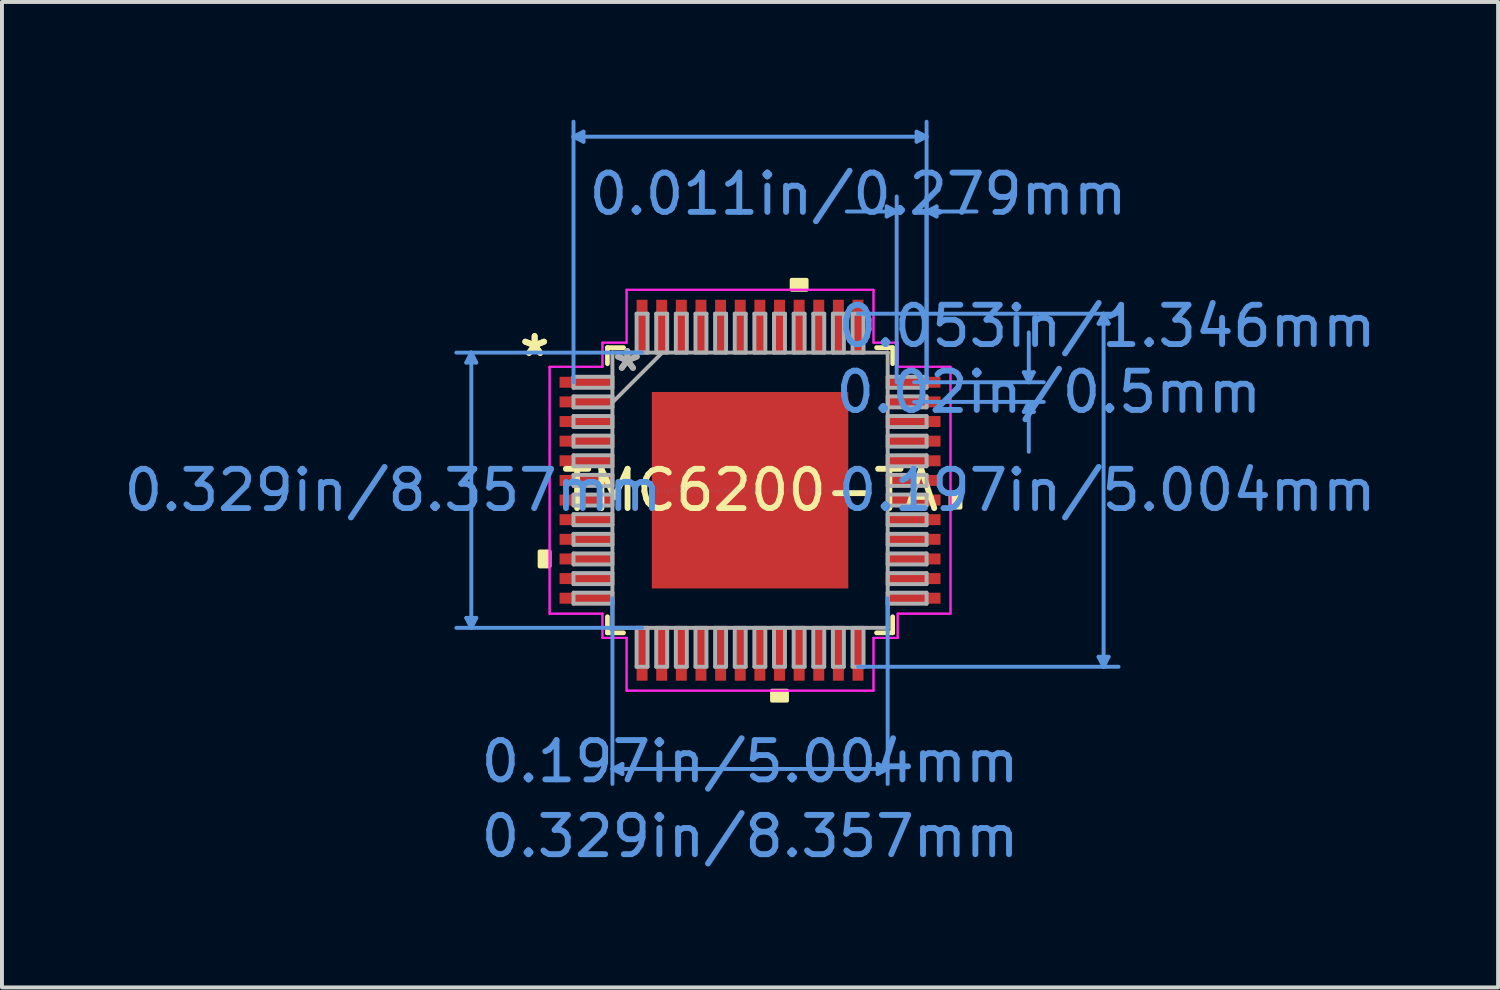
<source format=kicad_pcb>
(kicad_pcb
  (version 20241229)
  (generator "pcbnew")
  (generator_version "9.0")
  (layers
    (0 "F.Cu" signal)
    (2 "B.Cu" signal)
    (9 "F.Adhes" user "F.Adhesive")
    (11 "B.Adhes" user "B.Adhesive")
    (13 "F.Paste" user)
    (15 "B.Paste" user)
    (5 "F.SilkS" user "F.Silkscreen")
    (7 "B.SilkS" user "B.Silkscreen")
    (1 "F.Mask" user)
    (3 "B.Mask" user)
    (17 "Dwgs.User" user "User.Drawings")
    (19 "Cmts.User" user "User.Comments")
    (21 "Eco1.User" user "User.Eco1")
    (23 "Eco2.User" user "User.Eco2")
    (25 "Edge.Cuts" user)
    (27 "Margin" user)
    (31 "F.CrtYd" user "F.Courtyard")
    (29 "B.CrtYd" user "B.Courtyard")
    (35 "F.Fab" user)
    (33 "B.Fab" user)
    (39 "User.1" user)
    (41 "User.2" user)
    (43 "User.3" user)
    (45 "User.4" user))
  (footprint "TMC6200-TA"
    (layer "F.Cu")
    (at 16.052 9.435)
    (property "Reference" "TMC6200-TA" (at 0 0 0) (layer "F.SilkS") (effects (font (size 1 1) (thickness 0.15))))
    (attr through_hole)
    (fp_line (start -3.632 -3.632) (end -3.632 -3.222) (stroke (width 0.12) (type solid)) (layer "F.SilkS"))
    (fp_line (start -3.632 3.222) (end -3.632 3.632) (stroke (width 0.12) (type solid)) (layer "F.SilkS"))
    (fp_line (start -3.632 3.632) (end -3.222 3.632) (stroke (width 0.12) (type solid)) (layer "F.SilkS"))
    (fp_line (start -3.222 -3.632) (end -3.632 -3.632) (stroke (width 0.12) (type solid)) (layer "F.SilkS"))
    (fp_line (start 3.222 3.632) (end 3.632 3.632) (stroke (width 0.12) (type solid)) (layer "F.SilkS"))
    (fp_line (start 3.632 -3.632) (end 3.222 -3.632) (stroke (width 0.12) (type solid)) (layer "F.SilkS"))
    (fp_line (start 3.632 -3.222) (end 3.632 -3.632) (stroke (width 0.12) (type solid)) (layer "F.SilkS"))
    (fp_line (start 3.632 3.632) (end 3.632 3.222) (stroke (width 0.12) (type solid)) (layer "F.SilkS"))
    (fp_poly (pts (xy -5.359 1.559) (xy -5.359 1.94) (xy -5.105 1.94) (xy -5.105 1.559)) (stroke (width 0.1) (type solid)) (fill yes) (layer "F.SilkS"))
    (fp_poly (pts (xy 0.56 5.105) (xy 0.56 5.359) (xy 0.941 5.359) (xy 0.941 5.105)) (stroke (width 0.1) (type solid)) (fill yes) (layer "F.SilkS"))
    (fp_poly (pts (xy 1.06 -5.105) (xy 1.06 -5.359) (xy 1.44 -5.359) (xy 1.44 -5.105)) (stroke (width 0.1) (type solid)) (fill yes) (layer "F.SilkS"))
    (fp_poly (pts (xy 5.359 0.059) (xy 5.359 0.441) (xy 5.105 0.441) (xy 5.105 0.059)) (stroke (width 0.1) (type solid)) (fill yes) (layer "F.SilkS"))
    (fp_poly (pts (xy -2.402 -2.402) (xy -2.402 -0.934) (xy -0.934 -0.934) (xy -0.934 -2.402)) (stroke (width 0.1) (type solid)) (fill yes) (layer "F.Paste"))
    (fp_poly (pts (xy -2.402 -0.734) (xy -2.402 0.734) (xy -0.934 0.734) (xy -0.934 -0.734)) (stroke (width 0.1) (type solid)) (fill yes) (layer "F.Paste"))
    (fp_poly (pts (xy -2.402 0.934) (xy -2.402 2.402) (xy -0.934 2.402) (xy -0.934 0.934)) (stroke (width 0.1) (type solid)) (fill yes) (layer "F.Paste"))
    (fp_poly (pts (xy -0.734 -2.402) (xy -0.734 -0.934) (xy 0.734 -0.934) (xy 0.734 -2.402)) (stroke (width 0.1) (type solid)) (fill yes) (layer "F.Paste"))
    (fp_poly (pts (xy -0.734 -0.734) (xy -0.734 0.734) (xy 0.734 0.734) (xy 0.734 -0.734)) (stroke (width 0.1) (type solid)) (fill yes) (layer "F.Paste"))
    (fp_poly (pts (xy -0.734 0.934) (xy -0.734 2.402) (xy 0.734 2.402) (xy 0.734 0.934)) (stroke (width 0.1) (type solid)) (fill yes) (layer "F.Paste"))
    (fp_poly (pts (xy 0.934 -2.402) (xy 0.934 -0.934) (xy 2.402 -0.934) (xy 2.402 -2.402)) (stroke (width 0.1) (type solid)) (fill yes) (layer "F.Paste"))
    (fp_poly (pts (xy 0.934 -0.734) (xy 0.934 0.734) (xy 2.402 0.734) (xy 2.402 -0.734)) (stroke (width 0.1) (type solid)) (fill yes) (layer "F.Paste"))
    (fp_poly (pts (xy 0.934 0.934) (xy 0.934 2.402) (xy 2.402 2.402) (xy 2.402 0.934)) (stroke (width 0.1) (type solid)) (fill yes) (layer "F.Paste"))
    (fp_line (start -7.226 -3.251) (end -6.972 -3.251) (stroke (width 0.1) (type solid)) (layer "Cmts.User"))
    (fp_line (start -7.226 3.251) (end -6.972 3.251) (stroke (width 0.1) (type solid)) (layer "Cmts.User"))
    (fp_line (start -7.099 -3.505) (end -7.226 -3.251) (stroke (width 0.1) (type solid)) (layer "Cmts.User"))
    (fp_line (start -7.099 -3.505) (end -7.099 3.505) (stroke (width 0.1) (type solid)) (layer "Cmts.User"))
    (fp_line (start -7.099 -3.505) (end -6.972 -3.251) (stroke (width 0.1) (type solid)) (layer "Cmts.User"))
    (fp_line (start -7.099 3.505) (end -7.226 3.251) (stroke (width 0.1) (type solid)) (layer "Cmts.User"))
    (fp_line (start -7.099 3.505) (end -6.972 3.251) (stroke (width 0.1) (type solid)) (layer "Cmts.User"))
    (fp_line (start -4.496 -9.004) (end -4.242 -9.131) (stroke (width 0.1) (type solid)) (layer "Cmts.User"))
    (fp_line (start -4.496 -9.004) (end -4.242 -8.877) (stroke (width 0.1) (type solid)) (layer "Cmts.User"))
    (fp_line (start -4.496 -9.004) (end 4.496 -9.004) (stroke (width 0.1) (type solid)) (layer "Cmts.User"))
    (fp_line (start -4.496 -2.75) (end -4.496 -9.385) (stroke (width 0.1) (type solid)) (layer "Cmts.User"))
    (fp_line (start -4.242 -9.131) (end -4.242 -8.877) (stroke (width 0.1) (type solid)) (layer "Cmts.User"))
    (fp_line (start -3.505 2.75) (end -3.505 7.48) (stroke (width 0.1) (type solid)) (layer "Cmts.User"))
    (fp_line (start -3.505 7.099) (end -3.251 6.972) (stroke (width 0.1) (type solid)) (layer "Cmts.User"))
    (fp_line (start -3.505 7.099) (end -3.251 7.226) (stroke (width 0.1) (type solid)) (layer "Cmts.User"))
    (fp_line (start -3.505 7.099) (end 3.505 7.099) (stroke (width 0.1) (type solid)) (layer "Cmts.User"))
    (fp_line (start -3.251 6.972) (end -3.251 7.226) (stroke (width 0.1) (type solid)) (layer "Cmts.User"))
    (fp_line (start -2.75 -3.505) (end -7.48 -3.505) (stroke (width 0.1) (type solid)) (layer "Cmts.User"))
    (fp_line (start -2.75 3.505) (end -7.48 3.505) (stroke (width 0.1) (type solid)) (layer "Cmts.User"))
    (fp_line (start 2.75 -4.496) (end 9.385 -4.496) (stroke (width 0.1) (type solid)) (layer "Cmts.User"))
    (fp_line (start 2.75 4.496) (end 9.385 4.496) (stroke (width 0.1) (type solid)) (layer "Cmts.User"))
    (fp_line (start 3.251 6.972) (end 3.251 7.226) (stroke (width 0.1) (type solid)) (layer "Cmts.User"))
    (fp_line (start 3.48 -7.226) (end 3.48 -6.972) (stroke (width 0.1) (type solid)) (layer "Cmts.User"))
    (fp_line (start 3.505 2.75) (end 3.505 7.48) (stroke (width 0.1) (type solid)) (layer "Cmts.User"))
    (fp_line (start 3.505 7.099) (end 3.251 6.972) (stroke (width 0.1) (type solid)) (layer "Cmts.User"))
    (fp_line (start 3.505 7.099) (end 3.251 7.226) (stroke (width 0.1) (type solid)) (layer "Cmts.User"))
    (fp_line (start 3.734 -7.099) (end 2.464 -7.099) (stroke (width 0.1) (type solid)) (layer "Cmts.User"))
    (fp_line (start 3.734 -7.099) (end 3.48 -7.226) (stroke (width 0.1) (type solid)) (layer "Cmts.User"))
    (fp_line (start 3.734 -7.099) (end 3.48 -6.972) (stroke (width 0.1) (type solid)) (layer "Cmts.User"))
    (fp_line (start 3.734 -2.75) (end 3.734 -7.48) (stroke (width 0.1) (type solid)) (layer "Cmts.User"))
    (fp_line (start 4.178 -2.75) (end 7.48 -2.75) (stroke (width 0.1) (type solid)) (layer "Cmts.User"))
    (fp_line (start 4.178 -2.25) (end 7.48 -2.25) (stroke (width 0.1) (type solid)) (layer "Cmts.User"))
    (fp_line (start 4.242 -9.131) (end 4.242 -8.877) (stroke (width 0.1) (type solid)) (layer "Cmts.User"))
    (fp_line (start 4.496 -9.004) (end 4.242 -9.131) (stroke (width 0.1) (type solid)) (layer "Cmts.User"))
    (fp_line (start 4.496 -9.004) (end 4.242 -8.877) (stroke (width 0.1) (type solid)) (layer "Cmts.User"))
    (fp_line (start 4.496 -7.099) (end 4.75 -7.226) (stroke (width 0.1) (type solid)) (layer "Cmts.User"))
    (fp_line (start 4.496 -7.099) (end 4.75 -6.972) (stroke (width 0.1) (type solid)) (layer "Cmts.User"))
    (fp_line (start 4.496 -7.099) (end 5.766 -7.099) (stroke (width 0.1) (type solid)) (layer "Cmts.User"))
    (fp_line (start 4.496 -2.75) (end 4.496 -9.385) (stroke (width 0.1) (type solid)) (layer "Cmts.User"))
    (fp_line (start 4.496 -2.75) (end 4.496 -7.48) (stroke (width 0.1) (type solid)) (layer "Cmts.User"))
    (fp_line (start 4.75 -7.226) (end 4.75 -6.972) (stroke (width 0.1) (type solid)) (layer "Cmts.User"))
    (fp_line (start 6.972 -3.004) (end 7.226 -3.004) (stroke (width 0.1) (type solid)) (layer "Cmts.User"))
    (fp_line (start 6.972 -1.996) (end 7.226 -1.996) (stroke (width 0.1) (type solid)) (layer "Cmts.User"))
    (fp_line (start 7.099 -2.75) (end 6.972 -3.004) (stroke (width 0.1) (type solid)) (layer "Cmts.User"))
    (fp_line (start 7.099 -2.75) (end 7.099 -4.02) (stroke (width 0.1) (type solid)) (layer "Cmts.User"))
    (fp_line (start 7.099 -2.75) (end 7.226 -3.004) (stroke (width 0.1) (type solid)) (layer "Cmts.User"))
    (fp_line (start 7.099 -2.25) (end 6.972 -1.996) (stroke (width 0.1) (type solid)) (layer "Cmts.User"))
    (fp_line (start 7.099 -2.25) (end 7.099 -0.98) (stroke (width 0.1) (type solid)) (layer "Cmts.User"))
    (fp_line (start 7.099 -2.25) (end 7.226 -1.996) (stroke (width 0.1) (type solid)) (layer "Cmts.User"))
    (fp_line (start 8.877 -4.242) (end 9.131 -4.242) (stroke (width 0.1) (type solid)) (layer "Cmts.User"))
    (fp_line (start 8.877 4.242) (end 9.131 4.242) (stroke (width 0.1) (type solid)) (layer "Cmts.User"))
    (fp_line (start 9.004 -4.496) (end 8.877 -4.242) (stroke (width 0.1) (type solid)) (layer "Cmts.User"))
    (fp_line (start 9.004 -4.496) (end 9.004 4.496) (stroke (width 0.1) (type solid)) (layer "Cmts.User"))
    (fp_line (start 9.004 -4.496) (end 9.131 -4.242) (stroke (width 0.1) (type solid)) (layer "Cmts.User"))
    (fp_line (start 9.004 4.496) (end 8.877 4.242) (stroke (width 0.1) (type solid)) (layer "Cmts.User"))
    (fp_line (start 9.004 4.496) (end 9.131 4.242) (stroke (width 0.1) (type solid)) (layer "Cmts.User"))
    (fp_line (start -5.105 -3.144) (end -3.759 -3.144) (stroke (width 0.05) (type solid)) (layer "F.CrtYd"))
    (fp_line (start -5.105 -3.144) (end -3.759 -3.144) (stroke (width 0.05) (type solid)) (layer "F.CrtYd"))
    (fp_line (start -5.105 3.144) (end -5.105 -3.144) (stroke (width 0.05) (type solid)) (layer "F.CrtYd"))
    (fp_line (start -5.105 3.144) (end -5.105 -3.144) (stroke (width 0.05) (type solid)) (layer "F.CrtYd"))
    (fp_line (start -3.759 -3.759) (end -3.144 -3.759) (stroke (width 0.05) (type solid)) (layer "F.CrtYd"))
    (fp_line (start -3.759 -3.759) (end -3.144 -3.759) (stroke (width 0.05) (type solid)) (layer "F.CrtYd"))
    (fp_line (start -3.759 -3.144) (end -3.759 -3.759) (stroke (width 0.05) (type solid)) (layer "F.CrtYd"))
    (fp_line (start -3.759 -3.144) (end -3.759 -3.759) (stroke (width 0.05) (type solid)) (layer "F.CrtYd"))
    (fp_line (start -3.759 3.144) (end -5.105 3.144) (stroke (width 0.05) (type solid)) (layer "F.CrtYd"))
    (fp_line (start -3.759 3.144) (end -5.105 3.144) (stroke (width 0.05) (type solid)) (layer "F.CrtYd"))
    (fp_line (start -3.759 3.759) (end -3.759 3.144) (stroke (width 0.05) (type solid)) (layer "F.CrtYd"))
    (fp_line (start -3.759 3.759) (end -3.759 3.144) (stroke (width 0.05) (type solid)) (layer "F.CrtYd"))
    (fp_line (start -3.759 3.759) (end -3.144 3.759) (stroke (width 0.05) (type solid)) (layer "F.CrtYd"))
    (fp_line (start -3.144 -5.105) (end 3.144 -5.105) (stroke (width 0.05) (type solid)) (layer "F.CrtYd"))
    (fp_line (start -3.144 -5.105) (end 3.144 -5.105) (stroke (width 0.05) (type solid)) (layer "F.CrtYd"))
    (fp_line (start -3.144 -3.759) (end -3.144 -5.105) (stroke (width 0.05) (type solid)) (layer "F.CrtYd"))
    (fp_line (start -3.144 -3.759) (end -3.144 -5.105) (stroke (width 0.05) (type solid)) (layer "F.CrtYd"))
    (fp_line (start -3.144 3.759) (end -3.759 3.759) (stroke (width 0.05) (type solid)) (layer "F.CrtYd"))
    (fp_line (start -3.144 3.759) (end -3.144 5.105) (stroke (width 0.05) (type solid)) (layer "F.CrtYd"))
    (fp_line (start -3.144 5.105) (end -3.144 3.759) (stroke (width 0.05) (type solid)) (layer "F.CrtYd"))
    (fp_line (start -3.144 5.105) (end 3.144 5.105) (stroke (width 0.05) (type solid)) (layer "F.CrtYd"))
    (fp_line (start 3.144 -5.105) (end 3.144 -3.759) (stroke (width 0.05) (type solid)) (layer "F.CrtYd"))
    (fp_line (start 3.144 -5.105) (end 3.144 -3.759) (stroke (width 0.05) (type solid)) (layer "F.CrtYd"))
    (fp_line (start 3.144 -3.759) (end 3.759 -3.759) (stroke (width 0.05) (type solid)) (layer "F.CrtYd"))
    (fp_line (start 3.144 -3.759) (end 3.759 -3.759) (stroke (width 0.05) (type solid)) (layer "F.CrtYd"))
    (fp_line (start 3.144 3.759) (end 3.144 5.105) (stroke (width 0.05) (type solid)) (layer "F.CrtYd"))
    (fp_line (start 3.144 3.759) (end 3.759 3.759) (stroke (width 0.05) (type solid)) (layer "F.CrtYd"))
    (fp_line (start 3.144 5.105) (end -3.144 5.105) (stroke (width 0.05) (type solid)) (layer "F.CrtYd"))
    (fp_line (start 3.144 5.105) (end 3.144 3.759) (stroke (width 0.05) (type solid)) (layer "F.CrtYd"))
    (fp_line (start 3.759 -3.759) (end 3.759 -3.144) (stroke (width 0.05) (type solid)) (layer "F.CrtYd"))
    (fp_line (start 3.759 -3.144) (end 3.759 -3.759) (stroke (width 0.05) (type solid)) (layer "F.CrtYd"))
    (fp_line (start 3.759 -3.144) (end 5.105 -3.144) (stroke (width 0.05) (type solid)) (layer "F.CrtYd"))
    (fp_line (start 3.759 3.144) (end 3.759 3.759) (stroke (width 0.05) (type solid)) (layer "F.CrtYd"))
    (fp_line (start 3.759 3.144) (end 5.105 3.144) (stroke (width 0.05) (type solid)) (layer "F.CrtYd"))
    (fp_line (start 3.759 3.759) (end 3.144 3.759) (stroke (width 0.05) (type solid)) (layer "F.CrtYd"))
    (fp_line (start 3.759 3.759) (end 3.759 3.144) (stroke (width 0.05) (type solid)) (layer "F.CrtYd"))
    (fp_line (start 5.105 -3.144) (end 3.759 -3.144) (stroke (width 0.05) (type solid)) (layer "F.CrtYd"))
    (fp_line (start 5.105 -3.144) (end 5.105 3.144) (stroke (width 0.05) (type solid)) (layer "F.CrtYd"))
    (fp_line (start 5.105 3.144) (end 3.759 3.144) (stroke (width 0.05) (type solid)) (layer "F.CrtYd"))
    (fp_line (start 5.105 3.144) (end 5.105 -3.144) (stroke (width 0.05) (type solid)) (layer "F.CrtYd"))
    (fp_line (start -4.496 -2.89) (end -4.496 -2.61) (stroke (width 0.1) (type solid)) (layer "F.Fab"))
    (fp_line (start -4.496 -2.61) (end -3.505 -2.61) (stroke (width 0.1) (type solid)) (layer "F.Fab"))
    (fp_line (start -4.496 -2.39) (end -4.496 -2.11) (stroke (width 0.1) (type solid)) (layer "F.Fab"))
    (fp_line (start -4.496 -2.11) (end -3.505 -2.11) (stroke (width 0.1) (type solid)) (layer "F.Fab"))
    (fp_line (start -4.496 -1.89) (end -4.496 -1.61) (stroke (width 0.1) (type solid)) (layer "F.Fab"))
    (fp_line (start -4.496 -1.61) (end -3.505 -1.61) (stroke (width 0.1) (type solid)) (layer "F.Fab"))
    (fp_line (start -4.496 -1.39) (end -4.496 -1.11) (stroke (width 0.1) (type solid)) (layer "F.Fab"))
    (fp_line (start -4.496 -1.11) (end -3.505 -1.11) (stroke (width 0.1) (type solid)) (layer "F.Fab"))
    (fp_line (start -4.496 -0.89) (end -4.496 -0.61) (stroke (width 0.1) (type solid)) (layer "F.Fab"))
    (fp_line (start -4.496 -0.61) (end -3.505 -0.61) (stroke (width 0.1) (type solid)) (layer "F.Fab"))
    (fp_line (start -4.496 -0.39) (end -4.496 -0.11) (stroke (width 0.1) (type solid)) (layer "F.Fab"))
    (fp_line (start -4.496 -0.11) (end -3.505 -0.11) (stroke (width 0.1) (type solid)) (layer "F.Fab"))
    (fp_line (start -4.496 0.11) (end -4.496 0.39) (stroke (width 0.1) (type solid)) (layer "F.Fab"))
    (fp_line (start -4.496 0.39) (end -3.505 0.39) (stroke (width 0.1) (type solid)) (layer "F.Fab"))
    (fp_line (start -4.496 0.61) (end -4.496 0.89) (stroke (width 0.1) (type solid)) (layer "F.Fab"))
    (fp_line (start -4.496 0.89) (end -3.505 0.89) (stroke (width 0.1) (type solid)) (layer "F.Fab"))
    (fp_line (start -4.496 1.11) (end -4.496 1.39) (stroke (width 0.1) (type solid)) (layer "F.Fab"))
    (fp_line (start -4.496 1.39) (end -3.505 1.39) (stroke (width 0.1) (type solid)) (layer "F.Fab"))
    (fp_line (start -4.496 1.61) (end -4.496 1.89) (stroke (width 0.1) (type solid)) (layer "F.Fab"))
    (fp_line (start -4.496 1.89) (end -3.505 1.89) (stroke (width 0.1) (type solid)) (layer "F.Fab"))
    (fp_line (start -4.496 2.11) (end -4.496 2.39) (stroke (width 0.1) (type solid)) (layer "F.Fab"))
    (fp_line (start -4.496 2.39) (end -3.505 2.39) (stroke (width 0.1) (type solid)) (layer "F.Fab"))
    (fp_line (start -4.496 2.61) (end -4.496 2.89) (stroke (width 0.1) (type solid)) (layer "F.Fab"))
    (fp_line (start -4.496 2.89) (end -3.505 2.89) (stroke (width 0.1) (type solid)) (layer "F.Fab"))
    (fp_line (start -3.505 -3.505) (end -3.505 -3.505) (stroke (width 0.1) (type solid)) (layer "F.Fab"))
    (fp_line (start -3.505 -3.505) (end -3.505 3.505) (stroke (width 0.1) (type solid)) (layer "F.Fab"))
    (fp_line (start -3.505 -2.89) (end -4.496 -2.89) (stroke (width 0.1) (type solid)) (layer "F.Fab"))
    (fp_line (start -3.505 -2.61) (end -3.505 -2.89) (stroke (width 0.1) (type solid)) (layer "F.Fab"))
    (fp_line (start -3.505 -2.39) (end -4.496 -2.39) (stroke (width 0.1) (type solid)) (layer "F.Fab"))
    (fp_line (start -3.505 -2.235) (end -2.235 -3.505) (stroke (width 0.1) (type solid)) (layer "F.Fab"))
    (fp_line (start -3.505 -2.11) (end -3.505 -2.39) (stroke (width 0.1) (type solid)) (layer "F.Fab"))
    (fp_line (start -3.505 -1.89) (end -4.496 -1.89) (stroke (width 0.1) (type solid)) (layer "F.Fab"))
    (fp_line (start -3.505 -1.61) (end -3.505 -1.89) (stroke (width 0.1) (type solid)) (layer "F.Fab"))
    (fp_line (start -3.505 -1.39) (end -4.496 -1.39) (stroke (width 0.1) (type solid)) (layer "F.Fab"))
    (fp_line (start -3.505 -1.11) (end -3.505 -1.39) (stroke (width 0.1) (type solid)) (layer "F.Fab"))
    (fp_line (start -3.505 -0.89) (end -4.496 -0.89) (stroke (width 0.1) (type solid)) (layer "F.Fab"))
    (fp_line (start -3.505 -0.61) (end -3.505 -0.89) (stroke (width 0.1) (type solid)) (layer "F.Fab"))
    (fp_line (start -3.505 -0.39) (end -4.496 -0.39) (stroke (width 0.1) (type solid)) (layer "F.Fab"))
    (fp_line (start -3.505 -0.11) (end -3.505 -0.39) (stroke (width 0.1) (type solid)) (layer "F.Fab"))
    (fp_line (start -3.505 0.11) (end -4.496 0.11) (stroke (width 0.1) (type solid)) (layer "F.Fab"))
    (fp_line (start -3.505 0.39) (end -3.505 0.11) (stroke (width 0.1) (type solid)) (layer "F.Fab"))
    (fp_line (start -3.505 0.61) (end -4.496 0.61) (stroke (width 0.1) (type solid)) (layer "F.Fab"))
    (fp_line (start -3.505 0.89) (end -3.505 0.61) (stroke (width 0.1) (type solid)) (layer "F.Fab"))
    (fp_line (start -3.505 1.11) (end -4.496 1.11) (stroke (width 0.1) (type solid)) (layer "F.Fab"))
    (fp_line (start -3.505 1.39) (end -3.505 1.11) (stroke (width 0.1) (type solid)) (layer "F.Fab"))
    (fp_line (start -3.505 1.61) (end -4.496 1.61) (stroke (width 0.1) (type solid)) (layer "F.Fab"))
    (fp_line (start -3.505 1.89) (end -3.505 1.61) (stroke (width 0.1) (type solid)) (layer "F.Fab"))
    (fp_line (start -3.505 2.11) (end -4.496 2.11) (stroke (width 0.1) (type solid)) (layer "F.Fab"))
    (fp_line (start -3.505 2.39) (end -3.505 2.11) (stroke (width 0.1) (type solid)) (layer "F.Fab"))
    (fp_line (start -3.505 2.61) (end -4.496 2.61) (stroke (width 0.1) (type solid)) (layer "F.Fab"))
    (fp_line (start -3.505 2.89) (end -3.505 2.61) (stroke (width 0.1) (type solid)) (layer "F.Fab"))
    (fp_line (start -3.505 3.505) (end -3.505 3.505) (stroke (width 0.1) (type solid)) (layer "F.Fab"))
    (fp_line (start -3.505 3.505) (end 3.505 3.505) (stroke (width 0.1) (type solid)) (layer "F.Fab"))
    (fp_line (start -2.89 -4.496) (end -2.89 -3.505) (stroke (width 0.1) (type solid)) (layer "F.Fab"))
    (fp_line (start -2.89 -3.505) (end -2.61 -3.505) (stroke (width 0.1) (type solid)) (layer "F.Fab"))
    (fp_line (start -2.89 3.505) (end -2.89 4.496) (stroke (width 0.1) (type solid)) (layer "F.Fab"))
    (fp_line (start -2.89 4.496) (end -2.61 4.496) (stroke (width 0.1) (type solid)) (layer "F.Fab"))
    (fp_line (start -2.61 -4.496) (end -2.89 -4.496) (stroke (width 0.1) (type solid)) (layer "F.Fab"))
    (fp_line (start -2.61 -3.505) (end -2.61 -4.496) (stroke (width 0.1) (type solid)) (layer "F.Fab"))
    (fp_line (start -2.61 3.505) (end -2.89 3.505) (stroke (width 0.1) (type solid)) (layer "F.Fab"))
    (fp_line (start -2.61 4.496) (end -2.61 3.505) (stroke (width 0.1) (type solid)) (layer "F.Fab"))
    (fp_line (start -2.39 -4.496) (end -2.39 -3.505) (stroke (width 0.1) (type solid)) (layer "F.Fab"))
    (fp_line (start -2.39 -3.505) (end -2.11 -3.505) (stroke (width 0.1) (type solid)) (layer "F.Fab"))
    (fp_line (start -2.39 3.505) (end -2.39 4.496) (stroke (width 0.1) (type solid)) (layer "F.Fab"))
    (fp_line (start -2.39 4.496) (end -2.11 4.496) (stroke (width 0.1) (type solid)) (layer "F.Fab"))
    (fp_line (start -2.11 -4.496) (end -2.39 -4.496) (stroke (width 0.1) (type solid)) (layer "F.Fab"))
    (fp_line (start -2.11 -3.505) (end -2.11 -4.496) (stroke (width 0.1) (type solid)) (layer "F.Fab"))
    (fp_line (start -2.11 3.505) (end -2.39 3.505) (stroke (width 0.1) (type solid)) (layer "F.Fab"))
    (fp_line (start -2.11 4.496) (end -2.11 3.505) (stroke (width 0.1) (type solid)) (layer "F.Fab"))
    (fp_line (start -1.89 -4.496) (end -1.89 -3.505) (stroke (width 0.1) (type solid)) (layer "F.Fab"))
    (fp_line (start -1.89 -3.505) (end -1.61 -3.505) (stroke (width 0.1) (type solid)) (layer "F.Fab"))
    (fp_line (start -1.89 3.505) (end -1.89 4.496) (stroke (width 0.1) (type solid)) (layer "F.Fab"))
    (fp_line (start -1.89 4.496) (end -1.61 4.496) (stroke (width 0.1) (type solid)) (layer "F.Fab"))
    (fp_line (start -1.61 -4.496) (end -1.89 -4.496) (stroke (width 0.1) (type solid)) (layer "F.Fab"))
    (fp_line (start -1.61 -3.505) (end -1.61 -4.496) (stroke (width 0.1) (type solid)) (layer "F.Fab"))
    (fp_line (start -1.61 3.505) (end -1.89 3.505) (stroke (width 0.1) (type solid)) (layer "F.Fab"))
    (fp_line (start -1.61 4.496) (end -1.61 3.505) (stroke (width 0.1) (type solid)) (layer "F.Fab"))
    (fp_line (start -1.39 -4.496) (end -1.39 -3.505) (stroke (width 0.1) (type solid)) (layer "F.Fab"))
    (fp_line (start -1.39 -3.505) (end -1.11 -3.505) (stroke (width 0.1) (type solid)) (layer "F.Fab"))
    (fp_line (start -1.39 3.505) (end -1.39 4.496) (stroke (width 0.1) (type solid)) (layer "F.Fab"))
    (fp_line (start -1.39 4.496) (end -1.11 4.496) (stroke (width 0.1) (type solid)) (layer "F.Fab"))
    (fp_line (start -1.11 -4.496) (end -1.39 -4.496) (stroke (width 0.1) (type solid)) (layer "F.Fab"))
    (fp_line (start -1.11 -3.505) (end -1.11 -4.496) (stroke (width 0.1) (type solid)) (layer "F.Fab"))
    (fp_line (start -1.11 3.505) (end -1.39 3.505) (stroke (width 0.1) (type solid)) (layer "F.Fab"))
    (fp_line (start -1.11 4.496) (end -1.11 3.505) (stroke (width 0.1) (type solid)) (layer "F.Fab"))
    (fp_line (start -0.89 -4.496) (end -0.89 -3.505) (stroke (width 0.1) (type solid)) (layer "F.Fab"))
    (fp_line (start -0.89 -3.505) (end -0.61 -3.505) (stroke (width 0.1) (type solid)) (layer "F.Fab"))
    (fp_line (start -0.89 3.505) (end -0.89 4.496) (stroke (width 0.1) (type solid)) (layer "F.Fab"))
    (fp_line (start -0.89 4.496) (end -0.61 4.496) (stroke (width 0.1) (type solid)) (layer "F.Fab"))
    (fp_line (start -0.61 -4.496) (end -0.89 -4.496) (stroke (width 0.1) (type solid)) (layer "F.Fab"))
    (fp_line (start -0.61 -3.505) (end -0.61 -4.496) (stroke (width 0.1) (type solid)) (layer "F.Fab"))
    (fp_line (start -0.61 3.505) (end -0.89 3.505) (stroke (width 0.1) (type solid)) (layer "F.Fab"))
    (fp_line (start -0.61 4.496) (end -0.61 3.505) (stroke (width 0.1) (type solid)) (layer "F.Fab"))
    (fp_line (start -0.39 -4.496) (end -0.39 -3.505) (stroke (width 0.1) (type solid)) (layer "F.Fab"))
    (fp_line (start -0.39 -3.505) (end -0.11 -3.505) (stroke (width 0.1) (type solid)) (layer "F.Fab"))
    (fp_line (start -0.39 3.505) (end -0.39 4.496) (stroke (width 0.1) (type solid)) (layer "F.Fab"))
    (fp_line (start -0.39 4.496) (end -0.11 4.496) (stroke (width 0.1) (type solid)) (layer "F.Fab"))
    (fp_line (start -0.11 -4.496) (end -0.39 -4.496) (stroke (width 0.1) (type solid)) (layer "F.Fab"))
    (fp_line (start -0.11 -3.505) (end -0.11 -4.496) (stroke (width 0.1) (type solid)) (layer "F.Fab"))
    (fp_line (start -0.11 3.505) (end -0.39 3.505) (stroke (width 0.1) (type solid)) (layer "F.Fab"))
    (fp_line (start -0.11 4.496) (end -0.11 3.505) (stroke (width 0.1) (type solid)) (layer "F.Fab"))
    (fp_line (start 0.11 -4.496) (end 0.11 -3.505) (stroke (width 0.1) (type solid)) (layer "F.Fab"))
    (fp_line (start 0.11 -3.505) (end 0.39 -3.505) (stroke (width 0.1) (type solid)) (layer "F.Fab"))
    (fp_line (start 0.11 3.505) (end 0.11 4.496) (stroke (width 0.1) (type solid)) (layer "F.Fab"))
    (fp_line (start 0.11 4.496) (end 0.39 4.496) (stroke (width 0.1) (type solid)) (layer "F.Fab"))
    (fp_line (start 0.39 -4.496) (end 0.11 -4.496) (stroke (width 0.1) (type solid)) (layer "F.Fab"))
    (fp_line (start 0.39 -3.505) (end 0.39 -4.496) (stroke (width 0.1) (type solid)) (layer "F.Fab"))
    (fp_line (start 0.39 3.505) (end 0.11 3.505) (stroke (width 0.1) (type solid)) (layer "F.Fab"))
    (fp_line (start 0.39 4.496) (end 0.39 3.505) (stroke (width 0.1) (type solid)) (layer "F.Fab"))
    (fp_line (start 0.61 -4.496) (end 0.61 -3.505) (stroke (width 0.1) (type solid)) (layer "F.Fab"))
    (fp_line (start 0.61 -3.505) (end 0.89 -3.505) (stroke (width 0.1) (type solid)) (layer "F.Fab"))
    (fp_line (start 0.61 3.505) (end 0.61 4.496) (stroke (width 0.1) (type solid)) (layer "F.Fab"))
    (fp_line (start 0.61 4.496) (end 0.89 4.496) (stroke (width 0.1) (type solid)) (layer "F.Fab"))
    (fp_line (start 0.89 -4.496) (end 0.61 -4.496) (stroke (width 0.1) (type solid)) (layer "F.Fab"))
    (fp_line (start 0.89 -3.505) (end 0.89 -4.496) (stroke (width 0.1) (type solid)) (layer "F.Fab"))
    (fp_line (start 0.89 3.505) (end 0.61 3.505) (stroke (width 0.1) (type solid)) (layer "F.Fab"))
    (fp_line (start 0.89 4.496) (end 0.89 3.505) (stroke (width 0.1) (type solid)) (layer "F.Fab"))
    (fp_line (start 1.11 -4.496) (end 1.11 -3.505) (stroke (width 0.1) (type solid)) (layer "F.Fab"))
    (fp_line (start 1.11 -3.505) (end 1.39 -3.505) (stroke (width 0.1) (type solid)) (layer "F.Fab"))
    (fp_line (start 1.11 3.505) (end 1.11 4.496) (stroke (width 0.1) (type solid)) (layer "F.Fab"))
    (fp_line (start 1.11 4.496) (end 1.39 4.496) (stroke (width 0.1) (type solid)) (layer "F.Fab"))
    (fp_line (start 1.39 -4.496) (end 1.11 -4.496) (stroke (width 0.1) (type solid)) (layer "F.Fab"))
    (fp_line (start 1.39 -3.505) (end 1.39 -4.496) (stroke (width 0.1) (type solid)) (layer "F.Fab"))
    (fp_line (start 1.39 3.505) (end 1.11 3.505) (stroke (width 0.1) (type solid)) (layer "F.Fab"))
    (fp_line (start 1.39 4.496) (end 1.39 3.505) (stroke (width 0.1) (type solid)) (layer "F.Fab"))
    (fp_line (start 1.61 -4.496) (end 1.61 -3.505) (stroke (width 0.1) (type solid)) (layer "F.Fab"))
    (fp_line (start 1.61 -3.505) (end 1.89 -3.505) (stroke (width 0.1) (type solid)) (layer "F.Fab"))
    (fp_line (start 1.61 3.505) (end 1.61 4.496) (stroke (width 0.1) (type solid)) (layer "F.Fab"))
    (fp_line (start 1.61 4.496) (end 1.89 4.496) (stroke (width 0.1) (type solid)) (layer "F.Fab"))
    (fp_line (start 1.89 -4.496) (end 1.61 -4.496) (stroke (width 0.1) (type solid)) (layer "F.Fab"))
    (fp_line (start 1.89 -3.505) (end 1.89 -4.496) (stroke (width 0.1) (type solid)) (layer "F.Fab"))
    (fp_line (start 1.89 3.505) (end 1.61 3.505) (stroke (width 0.1) (type solid)) (layer "F.Fab"))
    (fp_line (start 1.89 4.496) (end 1.89 3.505) (stroke (width 0.1) (type solid)) (layer "F.Fab"))
    (fp_line (start 2.11 -4.496) (end 2.11 -3.505) (stroke (width 0.1) (type solid)) (layer "F.Fab"))
    (fp_line (start 2.11 -3.505) (end 2.39 -3.505) (stroke (width 0.1) (type solid)) (layer "F.Fab"))
    (fp_line (start 2.11 3.505) (end 2.11 4.496) (stroke (width 0.1) (type solid)) (layer "F.Fab"))
    (fp_line (start 2.11 4.496) (end 2.39 4.496) (stroke (width 0.1) (type solid)) (layer "F.Fab"))
    (fp_line (start 2.39 -4.496) (end 2.11 -4.496) (stroke (width 0.1) (type solid)) (layer "F.Fab"))
    (fp_line (start 2.39 -3.505) (end 2.39 -4.496) (stroke (width 0.1) (type solid)) (layer "F.Fab"))
    (fp_line (start 2.39 3.505) (end 2.11 3.505) (stroke (width 0.1) (type solid)) (layer "F.Fab"))
    (fp_line (start 2.39 4.496) (end 2.39 3.505) (stroke (width 0.1) (type solid)) (layer "F.Fab"))
    (fp_line (start 2.61 -4.496) (end 2.61 -3.505) (stroke (width 0.1) (type solid)) (layer "F.Fab"))
    (fp_line (start 2.61 -3.505) (end 2.89 -3.505) (stroke (width 0.1) (type solid)) (layer "F.Fab"))
    (fp_line (start 2.61 3.505) (end 2.61 4.496) (stroke (width 0.1) (type solid)) (layer "F.Fab"))
    (fp_line (start 2.61 4.496) (end 2.89 4.496) (stroke (width 0.1) (type solid)) (layer "F.Fab"))
    (fp_line (start 2.89 -4.496) (end 2.61 -4.496) (stroke (width 0.1) (type solid)) (layer "F.Fab"))
    (fp_line (start 2.89 -3.505) (end 2.89 -4.496) (stroke (width 0.1) (type solid)) (layer "F.Fab"))
    (fp_line (start 2.89 3.505) (end 2.61 3.505) (stroke (width 0.1) (type solid)) (layer "F.Fab"))
    (fp_line (start 2.89 4.496) (end 2.89 3.505) (stroke (width 0.1) (type solid)) (layer "F.Fab"))
    (fp_line (start 3.505 -3.505) (end -3.505 -3.505) (stroke (width 0.1) (type solid)) (layer "F.Fab"))
    (fp_line (start 3.505 -3.505) (end 3.505 -3.505) (stroke (width 0.1) (type solid)) (layer "F.Fab"))
    (fp_line (start 3.505 -2.89) (end 3.505 -2.61) (stroke (width 0.1) (type solid)) (layer "F.Fab"))
    (fp_line (start 3.505 -2.61) (end 4.496 -2.61) (stroke (width 0.1) (type solid)) (layer "F.Fab"))
    (fp_line (start 3.505 -2.39) (end 3.505 -2.11) (stroke (width 0.1) (type solid)) (layer "F.Fab"))
    (fp_line (start 3.505 -2.11) (end 4.496 -2.11) (stroke (width 0.1) (type solid)) (layer "F.Fab"))
    (fp_line (start 3.505 -1.89) (end 3.505 -1.61) (stroke (width 0.1) (type solid)) (layer "F.Fab"))
    (fp_line (start 3.505 -1.61) (end 4.496 -1.61) (stroke (width 0.1) (type solid)) (layer "F.Fab"))
    (fp_line (start 3.505 -1.39) (end 3.505 -1.11) (stroke (width 0.1) (type solid)) (layer "F.Fab"))
    (fp_line (start 3.505 -1.11) (end 4.496 -1.11) (stroke (width 0.1) (type solid)) (layer "F.Fab"))
    (fp_line (start 3.505 -0.89) (end 3.505 -0.61) (stroke (width 0.1) (type solid)) (layer "F.Fab"))
    (fp_line (start 3.505 -0.61) (end 4.496 -0.61) (stroke (width 0.1) (type solid)) (layer "F.Fab"))
    (fp_line (start 3.505 -0.39) (end 3.505 -0.11) (stroke (width 0.1) (type solid)) (layer "F.Fab"))
    (fp_line (start 3.505 -0.11) (end 4.496 -0.11) (stroke (width 0.1) (type solid)) (layer "F.Fab"))
    (fp_line (start 3.505 0.11) (end 3.505 0.39) (stroke (width 0.1) (type solid)) (layer "F.Fab"))
    (fp_line (start 3.505 0.39) (end 4.496 0.39) (stroke (width 0.1) (type solid)) (layer "F.Fab"))
    (fp_line (start 3.505 0.61) (end 3.505 0.89) (stroke (width 0.1) (type solid)) (layer "F.Fab"))
    (fp_line (start 3.505 0.89) (end 4.496 0.89) (stroke (width 0.1) (type solid)) (layer "F.Fab"))
    (fp_line (start 3.505 1.11) (end 3.505 1.39) (stroke (width 0.1) (type solid)) (layer "F.Fab"))
    (fp_line (start 3.505 1.39) (end 4.496 1.39) (stroke (width 0.1) (type solid)) (layer "F.Fab"))
    (fp_line (start 3.505 1.61) (end 3.505 1.89) (stroke (width 0.1) (type solid)) (layer "F.Fab"))
    (fp_line (start 3.505 1.89) (end 4.496 1.89) (stroke (width 0.1) (type solid)) (layer "F.Fab"))
    (fp_line (start 3.505 2.11) (end 3.505 2.39) (stroke (width 0.1) (type solid)) (layer "F.Fab"))
    (fp_line (start 3.505 2.39) (end 4.496 2.39) (stroke (width 0.1) (type solid)) (layer "F.Fab"))
    (fp_line (start 3.505 2.61) (end 3.505 2.89) (stroke (width 0.1) (type solid)) (layer "F.Fab"))
    (fp_line (start 3.505 2.89) (end 4.496 2.89) (stroke (width 0.1) (type solid)) (layer "F.Fab"))
    (fp_line (start 3.505 3.505) (end 3.505 -3.505) (stroke (width 0.1) (type solid)) (layer "F.Fab"))
    (fp_line (start 3.505 3.505) (end 3.505 3.505) (stroke (width 0.1) (type solid)) (layer "F.Fab"))
    (fp_line (start 4.496 -2.89) (end 3.505 -2.89) (stroke (width 0.1) (type solid)) (layer "F.Fab"))
    (fp_line (start 4.496 -2.61) (end 4.496 -2.89) (stroke (width 0.1) (type solid)) (layer "F.Fab"))
    (fp_line (start 4.496 -2.39) (end 3.505 -2.39) (stroke (width 0.1) (type solid)) (layer "F.Fab"))
    (fp_line (start 4.496 -2.11) (end 4.496 -2.39) (stroke (width 0.1) (type solid)) (layer "F.Fab"))
    (fp_line (start 4.496 -1.89) (end 3.505 -1.89) (stroke (width 0.1) (type solid)) (layer "F.Fab"))
    (fp_line (start 4.496 -1.61) (end 4.496 -1.89) (stroke (width 0.1) (type solid)) (layer "F.Fab"))
    (fp_line (start 4.496 -1.39) (end 3.505 -1.39) (stroke (width 0.1) (type solid)) (layer "F.Fab"))
    (fp_line (start 4.496 -1.11) (end 4.496 -1.39) (stroke (width 0.1) (type solid)) (layer "F.Fab"))
    (fp_line (start 4.496 -0.89) (end 3.505 -0.89) (stroke (width 0.1) (type solid)) (layer "F.Fab"))
    (fp_line (start 4.496 -0.61) (end 4.496 -0.89) (stroke (width 0.1) (type solid)) (layer "F.Fab"))
    (fp_line (start 4.496 -0.39) (end 3.505 -0.39) (stroke (width 0.1) (type solid)) (layer "F.Fab"))
    (fp_line (start 4.496 -0.11) (end 4.496 -0.39) (stroke (width 0.1) (type solid)) (layer "F.Fab"))
    (fp_line (start 4.496 0.11) (end 3.505 0.11) (stroke (width 0.1) (type solid)) (layer "F.Fab"))
    (fp_line (start 4.496 0.39) (end 4.496 0.11) (stroke (width 0.1) (type solid)) (layer "F.Fab"))
    (fp_line (start 4.496 0.61) (end 3.505 0.61) (stroke (width 0.1) (type solid)) (layer "F.Fab"))
    (fp_line (start 4.496 0.89) (end 4.496 0.61) (stroke (width 0.1) (type solid)) (layer "F.Fab"))
    (fp_line (start 4.496 1.11) (end 3.505 1.11) (stroke (width 0.1) (type solid)) (layer "F.Fab"))
    (fp_line (start 4.496 1.39) (end 4.496 1.11) (stroke (width 0.1) (type solid)) (layer "F.Fab"))
    (fp_line (start 4.496 1.61) (end 3.505 1.61) (stroke (width 0.1) (type solid)) (layer "F.Fab"))
    (fp_line (start 4.496 1.89) (end 4.496 1.61) (stroke (width 0.1) (type solid)) (layer "F.Fab"))
    (fp_line (start 4.496 2.11) (end 3.505 2.11) (stroke (width 0.1) (type solid)) (layer "F.Fab"))
    (fp_line (start 4.496 2.39) (end 4.496 2.11) (stroke (width 0.1) (type solid)) (layer "F.Fab"))
    (fp_line (start 4.496 2.61) (end 3.505 2.61) (stroke (width 0.1) (type solid)) (layer "F.Fab"))
    (fp_line (start 4.496 2.89) (end 4.496 2.61) (stroke (width 0.1) (type solid)) (layer "F.Fab"))
    (fp_text user "*" (at -5.486 -3.381 0) (layer "F.SilkS") (effects (font (size 1 1) (thickness 0.15))))
    (fp_text user "*" (at -5.486 -3.381 0) (layer "F.SilkS") (effects (font (size 1 1) (thickness 0.15))))
    (fp_text user "0.329in/8.357mm" (at -9.093 0 0) (layer "Cmts.User") (effects (font (size 1 1) (thickness 0.15))))
    (fp_text user "0.053in/1.346mm" (at 9.093 -4.178 0) (layer "Cmts.User") (effects (font (size 1 1) (thickness 0.15))))
    (fp_text user "0.197in/5.004mm" (at 9.093 0 0) (layer "Cmts.User") (effects (font (size 1 1) (thickness 0.15))))
    (fp_text user "0.02in/0.5mm" (at 7.607 -2.5 0) (layer "Cmts.User") (effects (font (size 1 1) (thickness 0.15))))
    (fp_text user "0.011in/0.279mm" (at 2.75 -7.544 0) (layer "Cmts.User") (effects (font (size 1 1) (thickness 0.15))))
    (fp_text user "0.197in/5.004mm" (at 0 6.909 0) (layer "Cmts.User") (effects (font (size 1 1) (thickness 0.15))))
    (fp_text user "Copyright 2021 Accelerated Designs. All rights reserved." (at 0 0 0) (layer "Cmts.User") (effects (font (size 0.127 0.127) (thickness 0.002))))
    (fp_text user "0.329in/8.357mm" (at 0 8.814 0) (layer "Cmts.User") (effects (font (size 1 1) (thickness 0.15))))
    (fp_text user "*" (at -3.124 -3 0) (layer "F.Fab") (effects (font (size 1 1) (thickness 0.15))))
    (fp_text user "*" (at -3.124 -3 0) (layer "F.Fab") (effects (font (size 1 1) (thickness 0.15))))
    (pad "1" smd rect (at -4.178 -2.75 90) (size 0.279 1.346) (layers "F.Cu" "F.Mask" "F.Paste"))
    (pad "2" smd rect (at -4.178 -2.25 90) (size 0.279 1.346) (layers "F.Cu" "F.Mask" "F.Paste"))
    (pad "3" smd rect (at -4.178 -1.75 90) (size 0.279 1.346) (layers "F.Cu" "F.Mask" "F.Paste"))
    (pad "4" smd rect (at -4.178 -1.25 90) (size 0.279 1.346) (layers "F.Cu" "F.Mask" "F.Paste"))
    (pad "5" smd rect (at -4.178 -0.75 90) (size 0.279 1.346) (layers "F.Cu" "F.Mask" "F.Paste"))
    (pad "6" smd rect (at -4.178 -0.25 90) (size 0.279 1.346) (layers "F.Cu" "F.Mask" "F.Paste"))
    (pad "7" smd rect (at -4.178 0.25 90) (size 0.279 1.346) (layers "F.Cu" "F.Mask" "F.Paste"))
    (pad "8" smd rect (at -4.178 0.75 90) (size 0.279 1.346) (layers "F.Cu" "F.Mask" "F.Paste"))
    (pad "9" smd rect (at -4.178 1.25 90) (size 0.279 1.346) (layers "F.Cu" "F.Mask" "F.Paste"))
    (pad "10" smd rect (at -4.178 1.75 90) (size 0.279 1.346) (layers "F.Cu" "F.Mask" "F.Paste"))
    (pad "11" smd rect (at -4.178 2.25 90) (size 0.279 1.346) (layers "F.Cu" "F.Mask" "F.Paste"))
    (pad "12" smd rect (at -4.178 2.75 90) (size 0.279 1.346) (layers "F.Cu" "F.Mask" "F.Paste"))
    (pad "13" smd rect (at -2.75 4.178) (size 0.279 1.346) (layers "F.Cu" "F.Mask" "F.Paste"))
    (pad "14" smd rect (at -2.25 4.178) (size 0.279 1.346) (layers "F.Cu" "F.Mask" "F.Paste"))
    (pad "15" smd rect (at -1.75 4.178) (size 0.279 1.346) (layers "F.Cu" "F.Mask" "F.Paste"))
    (pad "16" smd rect (at -1.25 4.178) (size 0.279 1.346) (layers "F.Cu" "F.Mask" "F.Paste"))
    (pad "17" smd rect (at -0.75 4.178) (size 0.279 1.346) (layers "F.Cu" "F.Mask" "F.Paste"))
    (pad "18" smd rect (at -0.25 4.178) (size 0.279 1.346) (layers "F.Cu" "F.Mask" "F.Paste"))
    (pad "19" smd rect (at 0.25 4.178) (size 0.279 1.346) (layers "F.Cu" "F.Mask" "F.Paste"))
    (pad "20" smd rect (at 0.75 4.178) (size 0.279 1.346) (layers "F.Cu" "F.Mask" "F.Paste"))
    (pad "21" smd rect (at 1.25 4.178) (size 0.279 1.346) (layers "F.Cu" "F.Mask" "F.Paste"))
    (pad "22" smd rect (at 1.75 4.178) (size 0.279 1.346) (layers "F.Cu" "F.Mask" "F.Paste"))
    (pad "23" smd rect (at 2.25 4.178) (size 0.279 1.346) (layers "F.Cu" "F.Mask" "F.Paste"))
    (pad "24" smd rect (at 2.75 4.178) (size 0.279 1.346) (layers "F.Cu" "F.Mask" "F.Paste"))
    (pad "25" smd rect (at 4.178 2.75 90) (size 0.279 1.346) (layers "F.Cu" "F.Mask" "F.Paste"))
    (pad "26" smd rect (at 4.178 2.25 90) (size 0.279 1.346) (layers "F.Cu" "F.Mask" "F.Paste"))
    (pad "27" smd rect (at 4.178 1.75 90) (size 0.279 1.346) (layers "F.Cu" "F.Mask" "F.Paste"))
    (pad "28" smd rect (at 4.178 1.25 90) (size 0.279 1.346) (layers "F.Cu" "F.Mask" "F.Paste"))
    (pad "29" smd rect (at 4.178 0.75 90) (size 0.279 1.346) (layers "F.Cu" "F.Mask" "F.Paste"))
    (pad "30" smd rect (at 4.178 0.25 90) (size 0.279 1.346) (layers "F.Cu" "F.Mask" "F.Paste"))
    (pad "31" smd rect (at 4.178 -0.25 90) (size 0.279 1.346) (layers "F.Cu" "F.Mask" "F.Paste"))
    (pad "32" smd rect (at 4.178 -0.75 90) (size 0.279 1.346) (layers "F.Cu" "F.Mask" "F.Paste"))
    (pad "33" smd rect (at 4.178 -1.25 90) (size 0.279 1.346) (layers "F.Cu" "F.Mask" "F.Paste"))
    (pad "34" smd rect (at 4.178 -1.75 90) (size 0.279 1.346) (layers "F.Cu" "F.Mask" "F.Paste"))
    (pad "35" smd rect (at 4.178 -2.25 90) (size 0.279 1.346) (layers "F.Cu" "F.Mask" "F.Paste"))
    (pad "36" smd rect (at 4.178 -2.75 90) (size 0.279 1.346) (layers "F.Cu" "F.Mask" "F.Paste"))
    (pad "37" smd rect (at 2.75 -4.178) (size 0.279 1.346) (layers "F.Cu" "F.Mask" "F.Paste"))
    (pad "38" smd rect (at 2.25 -4.178) (size 0.279 1.346) (layers "F.Cu" "F.Mask" "F.Paste"))
    (pad "39" smd rect (at 1.75 -4.178) (size 0.279 1.346) (layers "F.Cu" "F.Mask" "F.Paste"))
    (pad "40" smd rect (at 1.25 -4.178) (size 0.279 1.346) (layers "F.Cu" "F.Mask" "F.Paste"))
    (pad "41" smd rect (at 0.75 -4.178) (size 0.279 1.346) (layers "F.Cu" "F.Mask" "F.Paste"))
    (pad "42" smd rect (at 0.25 -4.178) (size 0.279 1.346) (layers "F.Cu" "F.Mask" "F.Paste"))
    (pad "43" smd rect (at -0.25 -4.178) (size 0.279 1.346) (layers "F.Cu" "F.Mask" "F.Paste"))
    (pad "44" smd rect (at -0.75 -4.178) (size 0.279 1.346) (layers "F.Cu" "F.Mask" "F.Paste"))
    (pad "45" smd rect (at -1.25 -4.178) (size 0.279 1.346) (layers "F.Cu" "F.Mask" "F.Paste"))
    (pad "46" smd rect (at -1.75 -4.178) (size 0.279 1.346) (layers "F.Cu" "F.Mask" "F.Paste"))
    (pad "47" smd rect (at -2.25 -4.178) (size 0.279 1.346) (layers "F.Cu" "F.Mask" "F.Paste"))
    (pad "48" smd rect (at -2.75 -4.178) (size 0.279 1.346) (layers "F.Cu" "F.Mask" "F.Paste"))
    (pad "EPAD" smd rect (at 0 0) (size 5.004 5.004) (layers "F.Cu" "F.Mask")))
  (gr_rect
    (start -3 -3)
    (end 35.103 22.097)
    (stroke (width 0.1) (type default))
    (fill no)
    (layer "Edge.Cuts")))
</source>
